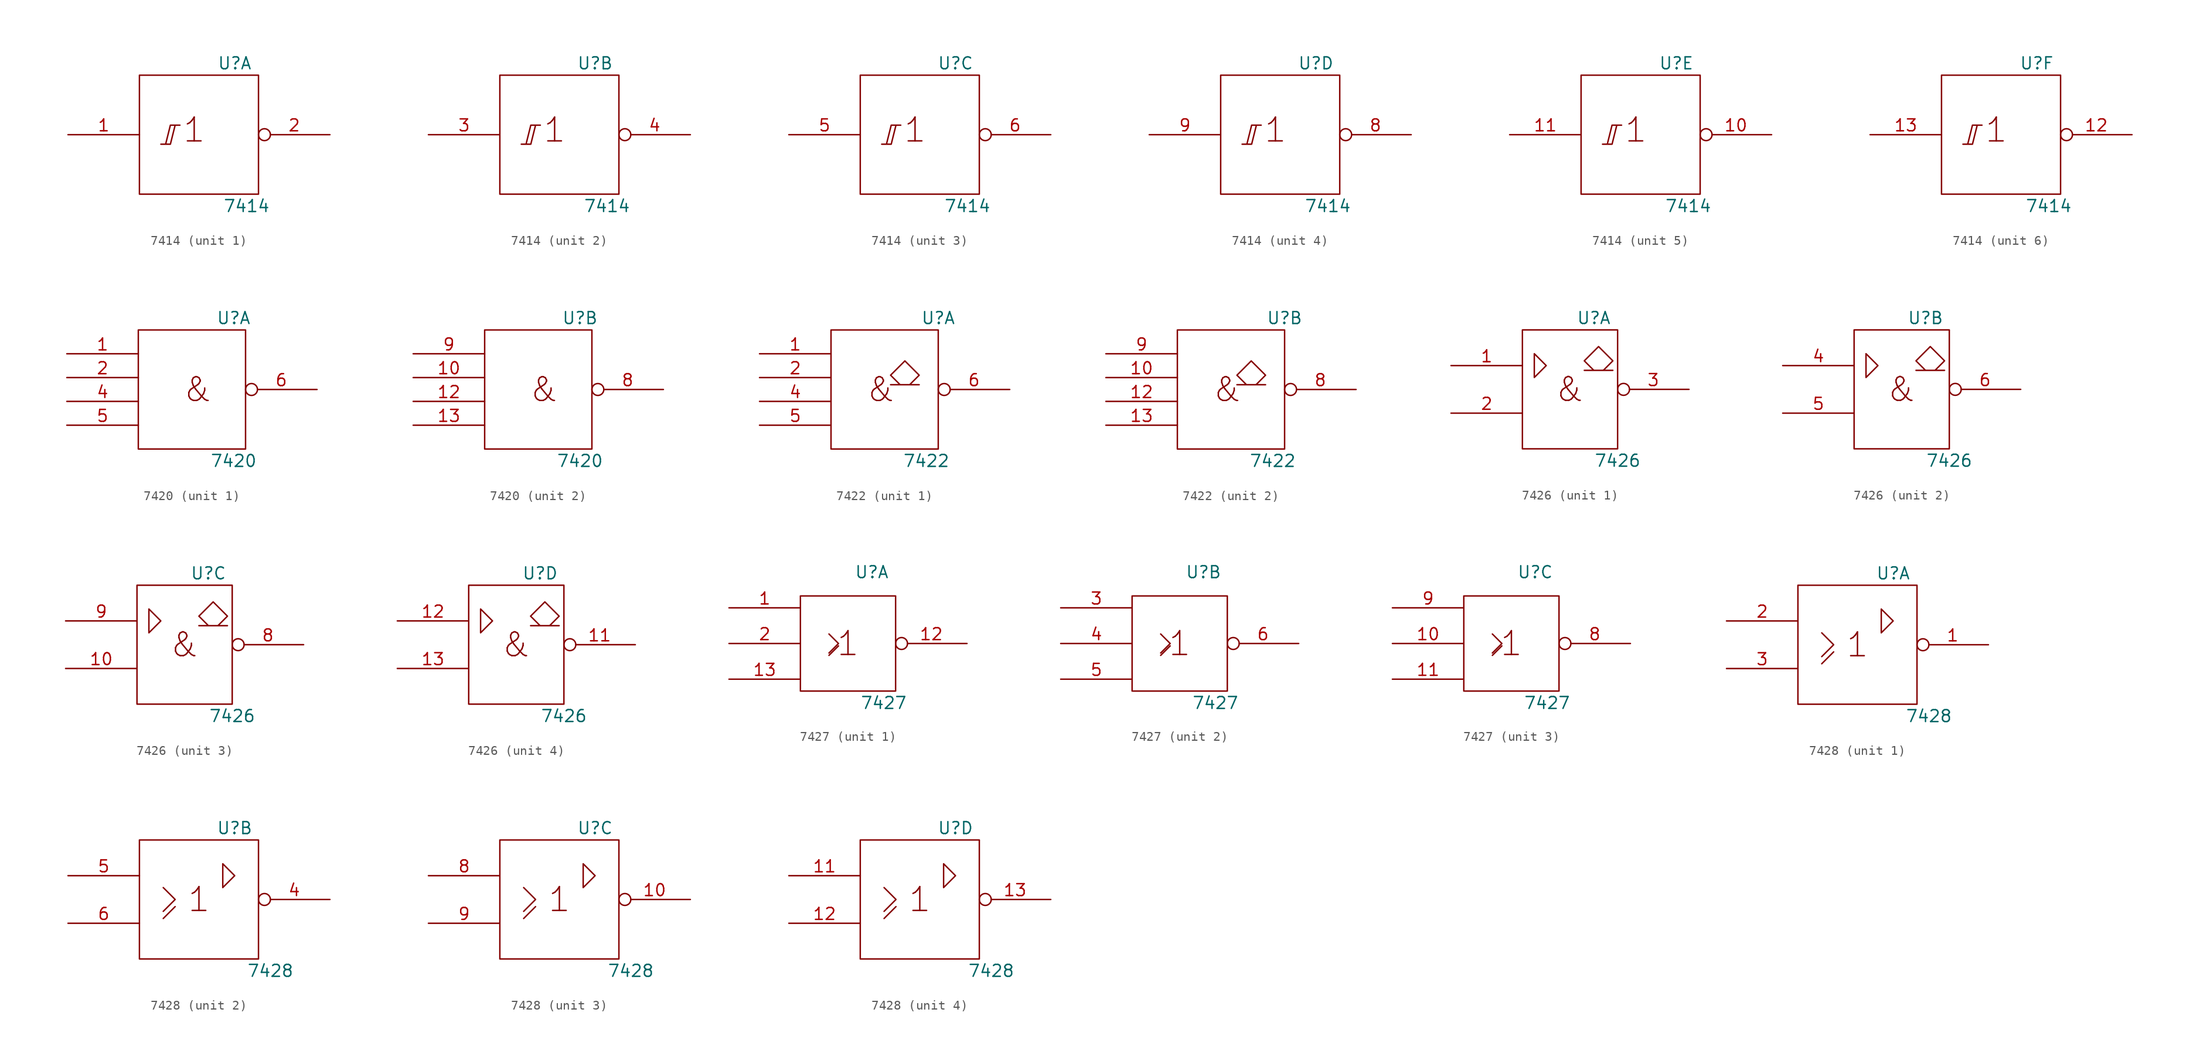
<source format=kicad_sym>
(kicad_symbol_lib
  (version 20201005)
  (generator kicad_symbol_editor)
  (symbol "7414"
    (pin_names
      (offset 0.762))
    (property "Reference" "U"
      (at 3.81 7.62 0)
      (effects (font (size 1.27 1.27))))
    (property "Value" "7414"
      (at 5.08 -7.62 0)
      (effects (font (size 1.27 1.27))))
    (symbol "7414_0_0"
      (text "1" (at -0.508 0.508 0) (effects (font (size 2.54 2.54))))
      (polyline (pts (xy -4.064 -1.016) (xy -3.048 -1.016) (xy -2.54 1.016) (xy -2.032 1.016) (xy -3.048 1.016) (xy -3.556 -1.016) (xy -3.556 -1.016)) (stroke (width 0)) (fill (type none))))
    (symbol "7414_0_1"
      (rectangle (start -6.35 6.35) (end 6.35 -6.35) (stroke (width 0)) (fill (type none)))
      (pin power_in line (at 0 6.35 270) (length 0) hide (name "Vcc" (effects (font (size 1.27 1.27)))) (number "14" (effects (font (size 1.27 1.27)))))
      (pin power_in line (at 0 -6.35 90) (length 0) hide (name "Gnd" (effects (font (size 1.27 1.27)))) (number "7" (effects (font (size 1.27 1.27))))))
    (symbol "7414_1_1"
      (pin output inverted (at 13.97 0 180) (length 7.62) (name "~" (effects (font (size 1.27 1.27)))) (number "2" (effects (font (size 1.27 1.27)))))
      (pin input line (at -13.97 0 0) (length 7.62) (name "~" (effects (font (size 1.27 1.27)))) (number "1" (effects (font (size 1.27 1.27))))))
    (symbol "7414_2_1"
      (pin output inverted (at 13.97 0 180) (length 7.62) (name "~" (effects (font (size 1.27 1.27)))) (number "4" (effects (font (size 1.27 1.27)))))
      (pin input line (at -13.97 0 0) (length 7.62) (name "~" (effects (font (size 1.27 1.27)))) (number "3" (effects (font (size 1.27 1.27))))))
    (symbol "7414_3_1"
      (pin output inverted (at 13.97 0 180) (length 7.62) (name "~" (effects (font (size 1.27 1.27)))) (number "6" (effects (font (size 1.27 1.27)))))
      (pin input line (at -13.97 0 0) (length 7.62) (name "~" (effects (font (size 1.27 1.27)))) (number "5" (effects (font (size 1.27 1.27))))))
    (symbol "7414_4_1"
      (pin output inverted (at 13.97 0 180) (length 7.62) (name "~" (effects (font (size 1.27 1.27)))) (number "8" (effects (font (size 1.27 1.27)))))
      (pin input line (at -13.97 0 0) (length 7.62) (name "~" (effects (font (size 1.27 1.27)))) (number "9" (effects (font (size 1.27 1.27))))))
    (symbol "7414_5_1"
      (pin output inverted (at 13.97 0 180) (length 7.62) (name "~" (effects (font (size 1.27 1.27)))) (number "10" (effects (font (size 1.27 1.27)))))
      (pin input line (at -13.97 0 0) (length 7.62) (name "~" (effects (font (size 1.27 1.27)))) (number "11" (effects (font (size 1.27 1.27))))))
    (symbol "7414_6_1"
      (pin output inverted (at 13.97 0 180) (length 7.62) (name "~" (effects (font (size 1.27 1.27)))) (number "12" (effects (font (size 1.27 1.27)))))
      (pin input line (at -13.97 0 0) (length 7.62) (name "~" (effects (font (size 1.27 1.27)))) (number "13" (effects (font (size 1.27 1.27)))))))
  (symbol "7420"
    (pin_names
      (offset 0.762))
    (property "Reference" "U"
      (at 3.81 7.62 0)
      (effects (font (size 1.27 1.27))))
    (property "Value" "7420"
      (at 3.81 -7.62 0)
      (effects (font (size 1.27 1.27))))
    (symbol "7420_0_0"
      (text "&" (at 0 0 0) (effects (font (size 2.54 2.54)))))
    (symbol "7420_0_1"
      (rectangle (start -6.35 6.35) (end 5.08 -6.35) (stroke (width 0)) (fill (type none)))
      (pin power_in line (at 0 6.35 270) (length 0) hide (name "Vcc" (effects (font (size 1.27 1.27)))) (number "14" (effects (font (size 1.27 1.27)))))
      (pin power_in line (at 0 -6.35 90) (length 0) hide (name "Gnd" (effects (font (size 1.27 1.27)))) (number "7" (effects (font (size 1.27 1.27))))))
    (symbol "7420_1_1"
      (pin output inverted (at 12.7 0 180) (length 7.62) (name "~" (effects (font (size 1.27 1.27)))) (number "6" (effects (font (size 1.27 1.27)))))
      (pin input line (at -13.97 -3.81 0) (length 7.62) (name "~" (effects (font (size 1.27 1.27)))) (number "5" (effects (font (size 1.27 1.27)))))
      (pin input line (at -13.97 -1.27 0) (length 7.62) (name "~" (effects (font (size 1.27 1.27)))) (number "4" (effects (font (size 1.27 1.27)))))
      (pin input line (at -13.97 1.27 0) (length 7.62) (name "~" (effects (font (size 1.27 1.27)))) (number "2" (effects (font (size 1.27 1.27)))))
      (pin input line (at -13.97 3.81 0) (length 7.62) (name "~" (effects (font (size 1.27 1.27)))) (number "1" (effects (font (size 1.27 1.27))))))
    (symbol "7420_2_1"
      (pin output inverted (at 12.7 0 180) (length 7.62) (name "~" (effects (font (size 1.27 1.27)))) (number "8" (effects (font (size 1.27 1.27)))))
      (pin input line (at -13.97 -3.81 0) (length 7.62) (name "~" (effects (font (size 1.27 1.27)))) (number "13" (effects (font (size 1.27 1.27)))))
      (pin input line (at -13.97 -1.27 0) (length 7.62) (name "~" (effects (font (size 1.27 1.27)))) (number "12" (effects (font (size 1.27 1.27)))))
      (pin input line (at -13.97 1.27 0) (length 7.62) (name "~" (effects (font (size 1.27 1.27)))) (number "10" (effects (font (size 1.27 1.27)))))
      (pin input line (at -13.97 3.81 0) (length 7.62) (name "~" (effects (font (size 1.27 1.27)))) (number "9" (effects (font (size 1.27 1.27)))))))
  (symbol "7422"
    (pin_names
      (offset 0.762))
    (property "Reference" "U"
      (at 5.08 7.62 0)
      (effects (font (size 1.27 1.27))))
    (property "Value" "7422"
      (at 3.81 -7.62 0)
      (effects (font (size 1.27 1.27))))
    (symbol "7422_0_0"
      (text "&" (at -1.016 0 0) (effects (font (size 2.54 2.54)))))
    (symbol "7422_0_1"
      (rectangle (start -6.35 6.35) (end 5.08 -6.35) (stroke (width 0)) (fill (type none)))
      (polyline (pts (xy 2.032 0.508) (xy 3.048 1.524) (xy 1.524 3.048) (xy 0 1.524) (xy 1.016 0.508) (xy 0 0.508) (xy 3.048 0.508) (xy 3.048 0.508)) (stroke (width 0)) (fill (type none)))
      (pin power_in line (at 0 6.35 270) (length 0) hide (name "Vcc" (effects (font (size 1.27 1.27)))) (number "14" (effects (font (size 1.27 1.27)))))
      (pin power_in line (at 0 -6.35 90) (length 0) hide (name "Gnd" (effects (font (size 1.27 1.27)))) (number "7" (effects (font (size 1.27 1.27))))))
    (symbol "7422_1_1"
      (pin open_collector inverted (at 12.7 0 180) (length 7.62) (name "~" (effects (font (size 1.27 1.27)))) (number "6" (effects (font (size 1.27 1.27)))))
      (pin input line (at -13.97 -3.81 0) (length 7.62) (name "~" (effects (font (size 1.27 1.27)))) (number "5" (effects (font (size 1.27 1.27)))))
      (pin input line (at -13.97 -1.27 0) (length 7.62) (name "~" (effects (font (size 1.27 1.27)))) (number "4" (effects (font (size 1.27 1.27)))))
      (pin input line (at -13.97 1.27 0) (length 7.62) (name "~" (effects (font (size 1.27 1.27)))) (number "2" (effects (font (size 1.27 1.27)))))
      (pin input line (at -13.97 3.81 0) (length 7.62) (name "~" (effects (font (size 1.27 1.27)))) (number "1" (effects (font (size 1.27 1.27))))))
    (symbol "7422_2_1"
      (pin open_collector inverted (at 12.7 0 180) (length 7.62) (name "~" (effects (font (size 1.27 1.27)))) (number "8" (effects (font (size 1.27 1.27)))))
      (pin input line (at -13.97 -3.81 0) (length 7.62) (name "~" (effects (font (size 1.27 1.27)))) (number "13" (effects (font (size 1.27 1.27)))))
      (pin input line (at -13.97 -1.27 0) (length 7.62) (name "~" (effects (font (size 1.27 1.27)))) (number "12" (effects (font (size 1.27 1.27)))))
      (pin input line (at -13.97 1.27 0) (length 7.62) (name "~" (effects (font (size 1.27 1.27)))) (number "10" (effects (font (size 1.27 1.27)))))
      (pin input line (at -13.97 3.81 0) (length 7.62) (name "~" (effects (font (size 1.27 1.27)))) (number "9" (effects (font (size 1.27 1.27)))))))
  (symbol "7426"
    (pin_names
      (offset 0.762))
    (property "Reference" "U"
      (at 2.54 7.62 0)
      (effects (font (size 1.27 1.27))))
    (property "Value" "7426"
      (at 5.08 -7.62 0)
      (effects (font (size 1.27 1.27))))
    (symbol "7426_0_0"
      (text "&" (at 0 0 0) (effects (font (size 2.54 2.54))))
      (polyline (pts (xy -3.81 3.81) (xy -3.81 1.27) (xy -2.54 2.54) (xy -3.81 3.81) (xy -3.81 3.81)) (stroke (width 0)) (fill (type none)))
      (polyline (pts (xy 2.54 2.032) (xy 1.524 3.048) (xy 3.048 4.572) (xy 4.572 3.048) (xy 3.556 2.032) (xy 4.572 2.032) (xy 1.524 2.032) (xy 1.524 2.032)) (stroke (width 0)) (fill (type none)))
      (pin power_in line (at 0 6.35 270) (length 0) hide (name "Vcc" (effects (font (size 1.27 1.27)))) (number "14" (effects (font (size 1.27 1.27))))))
    (symbol "7426_0_1"
      (rectangle (start -5.08 6.35) (end 5.08 -6.35) (stroke (width 0)) (fill (type none)))
      (pin power_in line (at 0 -6.35 90) (length 0) hide (name "GND" (effects (font (size 1.27 1.27)))) (number "7" (effects (font (size 1.27 1.27))))))
    (symbol "7426_1_1"
      (pin open_collector inverted (at 12.7 0 180) (length 7.62) (name "~" (effects (font (size 1.27 1.27)))) (number "3" (effects (font (size 1.27 1.27)))))
      (pin input line (at -12.7 -2.54 0) (length 7.62) (name "~" (effects (font (size 1.27 1.27)))) (number "2" (effects (font (size 1.27 1.27)))))
      (pin input line (at -12.7 2.54 0) (length 7.62) (name "~" (effects (font (size 1.27 1.27)))) (number "1" (effects (font (size 1.27 1.27))))))
    (symbol "7426_2_1"
      (pin open_collector inverted (at 12.7 0 180) (length 7.62) (name "~" (effects (font (size 1.27 1.27)))) (number "6" (effects (font (size 1.27 1.27)))))
      (pin input line (at -12.7 -2.54 0) (length 7.62) (name "~" (effects (font (size 1.27 1.27)))) (number "5" (effects (font (size 1.27 1.27)))))
      (pin input line (at -12.7 2.54 0) (length 7.62) (name "~" (effects (font (size 1.27 1.27)))) (number "4" (effects (font (size 1.27 1.27))))))
    (symbol "7426_3_1"
      (pin open_collector inverted (at 12.7 0 180) (length 7.62) (name "~" (effects (font (size 1.27 1.27)))) (number "8" (effects (font (size 1.27 1.27)))))
      (pin input line (at -12.7 -2.54 0) (length 7.62) (name "~" (effects (font (size 1.27 1.27)))) (number "10" (effects (font (size 1.27 1.27)))))
      (pin input line (at -12.7 2.54 0) (length 7.62) (name "~" (effects (font (size 1.27 1.27)))) (number "9" (effects (font (size 1.27 1.27))))))
    (symbol "7426_4_1"
      (pin open_collector inverted (at 12.7 0 180) (length 7.62) (name "~" (effects (font (size 1.27 1.27)))) (number "11" (effects (font (size 1.27 1.27)))))
      (pin input line (at -12.7 -2.54 0) (length 7.62) (name "~" (effects (font (size 1.27 1.27)))) (number "13" (effects (font (size 1.27 1.27)))))
      (pin input line (at -12.7 2.54 0) (length 7.62) (name "~" (effects (font (size 1.27 1.27)))) (number "12" (effects (font (size 1.27 1.27)))))))
  (symbol "7427"
    (pin_names
      (offset 0.762))
    (property "Reference" "U"
      (at 2.54 7.62 0)
      (effects (font (size 1.27 1.27))))
    (property "Value" "7427"
      (at 3.81 -6.35 0)
      (effects (font (size 1.27 1.27))))
    (symbol "7427_0_0"
      (text "1" (at 0 0 0) (effects (font (size 2.54 2.54))))
      (polyline (pts (xy -2.032 -1.27) (xy -1.016 -0.254) (xy -1.016 -0.254)) (stroke (width 0)) (fill (type none)))
      (polyline (pts (xy -2.032 1.016) (xy -1.016 0) (xy -2.032 -1.016) (xy -2.032 -1.016)) (stroke (width 0)) (fill (type none))))
    (symbol "7427_0_1"
      (rectangle (start -5.08 5.08) (end 5.08 -5.08) (stroke (width 0)) (fill (type none)))
      (pin power_in line (at 0 5.08 270) (length 0) hide (name "Vcc" (effects (font (size 1.27 1.27)))) (number "14" (effects (font (size 1.27 1.27)))))
      (pin power_in line (at 0 -5.08 90) (length 0) hide (name "Gnd" (effects (font (size 1.27 1.27)))) (number "7" (effects (font (size 1.27 1.27))))))
    (symbol "7427_1_1"
      (pin output inverted (at 12.7 0 180) (length 7.62) (name "~" (effects (font (size 1.27 1.27)))) (number "12" (effects (font (size 1.27 1.27)))))
      (pin input line (at -12.7 -3.81 0) (length 7.62) (name "~" (effects (font (size 1.27 1.27)))) (number "13" (effects (font (size 1.27 1.27)))))
      (pin input line (at -12.7 0 0) (length 7.62) (name "~" (effects (font (size 1.27 1.27)))) (number "2" (effects (font (size 1.27 1.27)))))
      (pin input line (at -12.7 3.81 0) (length 7.62) (name "~" (effects (font (size 1.27 1.27)))) (number "1" (effects (font (size 1.27 1.27))))))
    (symbol "7427_2_1"
      (pin output inverted (at 12.7 0 180) (length 7.62) (name "~" (effects (font (size 1.27 1.27)))) (number "6" (effects (font (size 1.27 1.27)))))
      (pin input line (at -12.7 -3.81 0) (length 7.62) (name "~" (effects (font (size 1.27 1.27)))) (number "5" (effects (font (size 1.27 1.27)))))
      (pin input line (at -12.7 0 0) (length 7.62) (name "~" (effects (font (size 1.27 1.27)))) (number "4" (effects (font (size 1.27 1.27)))))
      (pin input line (at -12.7 3.81 0) (length 7.62) (name "~" (effects (font (size 1.27 1.27)))) (number "3" (effects (font (size 1.27 1.27))))))
    (symbol "7427_3_1"
      (pin output inverted (at 12.7 0 180) (length 7.62) (name "~" (effects (font (size 1.27 1.27)))) (number "8" (effects (font (size 1.27 1.27)))))
      (pin input line (at -12.7 -3.81 0) (length 7.62) (name "~" (effects (font (size 1.27 1.27)))) (number "11" (effects (font (size 1.27 1.27)))))
      (pin input line (at -12.7 0 0) (length 7.62) (name "~" (effects (font (size 1.27 1.27)))) (number "10" (effects (font (size 1.27 1.27)))))
      (pin input line (at -12.7 3.81 0) (length 7.62) (name "~" (effects (font (size 1.27 1.27)))) (number "9" (effects (font (size 1.27 1.27)))))))
  (symbol "7428"
    (pin_names
      (offset 0.762))
    (property "Reference" "U"
      (at 3.81 7.62 0)
      (effects (font (size 1.27 1.27))))
    (property "Value" "7428"
      (at 7.62 -7.62 0)
      (effects (font (size 1.27 1.27))))
    (symbol "7428_0_0"
      (text "1" (at 0 0 0) (effects (font (size 2.54 2.54))))
      (polyline (pts (xy -3.81 -2.032) (xy -2.54 -0.762) (xy -2.54 -0.762)) (stroke (width 0)) (fill (type none)))
      (polyline (pts (xy -3.81 1.27) (xy -2.54 0) (xy -3.81 -1.27) (xy -3.81 -1.27)) (stroke (width 0)) (fill (type none)))
      (pin power_in line (at 0 6.35 270) (length 0) hide (name "Vcc" (effects (font (size 1.27 1.27)))) (number "14" (effects (font (size 1.27 1.27)))))
      (pin power_in line (at 0 -6.35 90) (length 0) hide (name "Gnd" (effects (font (size 1.27 1.27)))) (number "7" (effects (font (size 1.27 1.27))))))
    (symbol "7428_0_1"
      (rectangle (start -6.35 6.35) (end 6.35 -6.35) (stroke (width 0)) (fill (type none)))
      (polyline (pts (xy 2.54 1.27) (xy 2.54 3.81) (xy 3.81 2.54) (xy 2.54 1.27) (xy 2.54 1.27)) (stroke (width 0)) (fill (type none))))
    (symbol "7428_1_1"
      (pin output inverted (at 13.97 0 180) (length 7.62) (name "~" (effects (font (size 1.27 1.27)))) (number "1" (effects (font (size 1.27 1.27)))))
      (pin input line (at -13.97 -2.54 0) (length 7.62) (name "~" (effects (font (size 1.27 1.27)))) (number "3" (effects (font (size 1.27 1.27)))))
      (pin input line (at -13.97 2.54 0) (length 7.62) (name "~" (effects (font (size 1.27 1.27)))) (number "2" (effects (font (size 1.27 1.27))))))
    (symbol "7428_2_1"
      (pin output inverted (at 13.97 0 180) (length 7.62) (name "~" (effects (font (size 1.27 1.27)))) (number "4" (effects (font (size 1.27 1.27)))))
      (pin input line (at -13.97 -2.54 0) (length 7.62) (name "~" (effects (font (size 1.27 1.27)))) (number "6" (effects (font (size 1.27 1.27)))))
      (pin input line (at -13.97 2.54 0) (length 7.62) (name "~" (effects (font (size 1.27 1.27)))) (number "5" (effects (font (size 1.27 1.27))))))
    (symbol "7428_3_1"
      (pin output inverted (at 13.97 0 180) (length 7.62) (name "~" (effects (font (size 1.27 1.27)))) (number "10" (effects (font (size 1.27 1.27)))))
      (pin input line (at -13.97 -2.54 0) (length 7.62) (name "~" (effects (font (size 1.27 1.27)))) (number "9" (effects (font (size 1.27 1.27)))))
      (pin input line (at -13.97 2.54 0) (length 7.62) (name "~" (effects (font (size 1.27 1.27)))) (number "8" (effects (font (size 1.27 1.27))))))
    (symbol "7428_4_1"
      (pin output inverted (at 13.97 0 180) (length 7.62) (name "~" (effects (font (size 1.27 1.27)))) (number "13" (effects (font (size 1.27 1.27)))))
      (pin input line (at -13.97 -2.54 0) (length 7.62) (name "~" (effects (font (size 1.27 1.27)))) (number "12" (effects (font (size 1.27 1.27)))))
      (pin input line (at -13.97 2.54 0) (length 7.62) (name "~" (effects (font (size 1.27 1.27)))) (number "11" (effects (font (size 1.27 1.27))))))))
</source>
